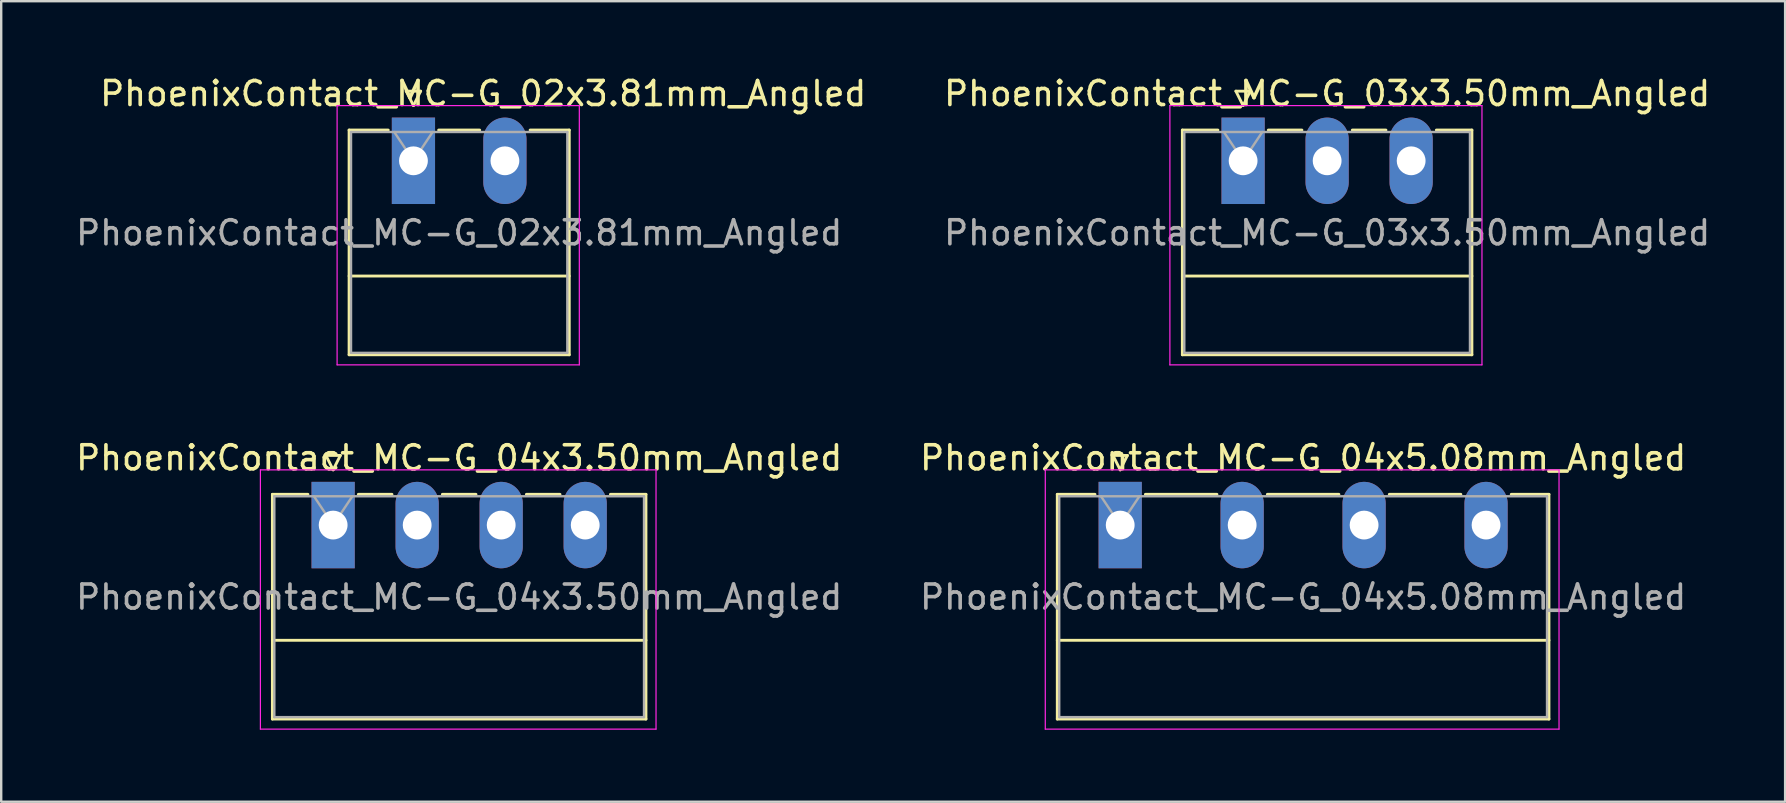
<source format=kicad_pcb>
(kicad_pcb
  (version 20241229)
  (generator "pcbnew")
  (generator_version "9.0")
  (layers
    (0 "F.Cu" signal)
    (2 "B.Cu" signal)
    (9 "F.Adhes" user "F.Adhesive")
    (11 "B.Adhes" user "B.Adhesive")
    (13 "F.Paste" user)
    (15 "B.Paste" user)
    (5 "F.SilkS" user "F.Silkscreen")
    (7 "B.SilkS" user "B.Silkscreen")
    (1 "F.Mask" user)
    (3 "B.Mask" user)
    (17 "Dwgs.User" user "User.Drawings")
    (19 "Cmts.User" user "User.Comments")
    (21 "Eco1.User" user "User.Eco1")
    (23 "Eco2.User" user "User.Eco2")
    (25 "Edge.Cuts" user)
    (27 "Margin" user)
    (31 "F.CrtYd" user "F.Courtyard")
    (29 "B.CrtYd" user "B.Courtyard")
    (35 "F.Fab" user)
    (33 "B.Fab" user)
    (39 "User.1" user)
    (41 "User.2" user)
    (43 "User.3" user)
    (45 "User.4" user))
  (footprint "PhoenixContact_MC-G_02x3.81mm_Angled"
    (layer "F.Cu")
    (at 14.172 3.648)
    (property "Reference" "PhoenixContact_MC-G_02x3.81mm_Angled" (at 2.905 -2.8 0) (layer "F.SilkS") (effects (font (size 1 1) (thickness 0.15))))
    (attr through_hole)
    (fp_line (start -2.68 -1.28) (end -2.68 8.08) (stroke (width 0.12) (type solid)) (layer "F.SilkS"))
    (fp_line (start -2.68 -1.28) (end -1.05 -1.28) (stroke (width 0.12) (type solid)) (layer "F.SilkS"))
    (fp_line (start -2.68 4.8) (end 6.49 4.8) (stroke (width 0.12) (type solid)) (layer "F.SilkS"))
    (fp_line (start -2.68 8.08) (end 6.49 8.08) (stroke (width 0.12) (type solid)) (layer "F.SilkS"))
    (fp_line (start -0.3 -2.9) (end 0.3 -2.9) (stroke (width 0.12) (type solid)) (layer "F.SilkS"))
    (fp_line (start 0 -2.3) (end -0.3 -2.9) (stroke (width 0.12) (type solid)) (layer "F.SilkS"))
    (fp_line (start 0.3 -2.9) (end 0 -2.3) (stroke (width 0.12) (type solid)) (layer "F.SilkS"))
    (fp_line (start 1.05 -1.28) (end 2.76 -1.28) (stroke (width 0.12) (type solid)) (layer "F.SilkS"))
    (fp_line (start 6.49 -1.28) (end 4.86 -1.28) (stroke (width 0.12) (type solid)) (layer "F.SilkS"))
    (fp_line (start 6.49 8.08) (end 6.49 -1.28) (stroke (width 0.12) (type solid)) (layer "F.SilkS"))
    (fp_line (start -3.18 -2.3) (end -3.18 8.5) (stroke (width 0.05) (type solid)) (layer "F.CrtYd"))
    (fp_line (start -3.18 8.5) (end 6.91 8.5) (stroke (width 0.05) (type solid)) (layer "F.CrtYd"))
    (fp_line (start 6.91 -2.3) (end -3.18 -2.3) (stroke (width 0.05) (type solid)) (layer "F.CrtYd"))
    (fp_line (start 6.91 8.5) (end 6.91 -2.3) (stroke (width 0.05) (type solid)) (layer "F.CrtYd"))
    (fp_line (start -2.6 -1.2) (end -2.6 8) (stroke (width 0.1) (type solid)) (layer "F.Fab"))
    (fp_line (start -2.6 8) (end 6.41 8) (stroke (width 0.1) (type solid)) (layer "F.Fab"))
    (fp_line (start 0 0) (end -0.8 -1.2) (stroke (width 0.1) (type solid)) (layer "F.Fab"))
    (fp_line (start 0.8 -1.2) (end 0 0) (stroke (width 0.1) (type solid)) (layer "F.Fab"))
    (fp_line (start 6.41 -1.2) (end -2.6 -1.2) (stroke (width 0.1) (type solid)) (layer "F.Fab"))
    (fp_line (start 6.41 8) (end 6.41 -1.2) (stroke (width 0.1) (type solid)) (layer "F.Fab"))
    (fp_text user "${REFERENCE}" (at 1.905 3 0) (layer "F.Fab") (effects (font (size 1 1) (thickness 0.15))))
    (pad "1" thru_hole rect (at 0 0) (size 1.8 3.6) (drill 1.2) (layers "*.Cu" "*.Mask"))
    (pad "2" thru_hole oval (at 3.81 0) (size 1.8 3.6) (drill 1.2) (layers "*.Cu" "*.Mask")))
  (footprint "PhoenixContact_MC-G_03x3.50mm_Angled"
    (layer "F.Cu")
    (at 48.732 3.648)
    (property "Reference" "PhoenixContact_MC-G_03x3.50mm_Angled" (at 3.5 -2.8 0) (layer "F.SilkS") (effects (font (size 1 1) (thickness 0.15))))
    (attr through_hole)
    (fp_line (start -2.53 -1.28) (end -2.53 8.08) (stroke (width 0.12) (type solid)) (layer "F.SilkS"))
    (fp_line (start -2.53 -1.28) (end -1.05 -1.28) (stroke (width 0.12) (type solid)) (layer "F.SilkS"))
    (fp_line (start -2.53 4.8) (end 9.53 4.8) (stroke (width 0.12) (type solid)) (layer "F.SilkS"))
    (fp_line (start -2.53 8.08) (end 9.53 8.08) (stroke (width 0.12) (type solid)) (layer "F.SilkS"))
    (fp_line (start -0.3 -2.9) (end 0.3 -2.9) (stroke (width 0.12) (type solid)) (layer "F.SilkS"))
    (fp_line (start 0 -2.3) (end -0.3 -2.9) (stroke (width 0.12) (type solid)) (layer "F.SilkS"))
    (fp_line (start 0.3 -2.9) (end 0 -2.3) (stroke (width 0.12) (type solid)) (layer "F.SilkS"))
    (fp_line (start 1.05 -1.28) (end 2.45 -1.28) (stroke (width 0.12) (type solid)) (layer "F.SilkS"))
    (fp_line (start 4.55 -1.28) (end 5.95 -1.28) (stroke (width 0.12) (type solid)) (layer "F.SilkS"))
    (fp_line (start 9.53 -1.28) (end 8.05 -1.28) (stroke (width 0.12) (type solid)) (layer "F.SilkS"))
    (fp_line (start 9.53 8.08) (end 9.53 -1.28) (stroke (width 0.12) (type solid)) (layer "F.SilkS"))
    (fp_line (start -3.05 -2.3) (end -3.05 8.5) (stroke (width 0.05) (type solid)) (layer "F.CrtYd"))
    (fp_line (start -3.05 8.5) (end 9.95 8.5) (stroke (width 0.05) (type solid)) (layer "F.CrtYd"))
    (fp_line (start 9.95 -2.3) (end -3.05 -2.3) (stroke (width 0.05) (type solid)) (layer "F.CrtYd"))
    (fp_line (start 9.95 8.5) (end 9.95 -2.3) (stroke (width 0.05) (type solid)) (layer "F.CrtYd"))
    (fp_line (start -2.45 -1.2) (end -2.45 8) (stroke (width 0.1) (type solid)) (layer "F.Fab"))
    (fp_line (start -2.45 8) (end 9.45 8) (stroke (width 0.1) (type solid)) (layer "F.Fab"))
    (fp_line (start 0 0) (end -0.8 -1.2) (stroke (width 0.1) (type solid)) (layer "F.Fab"))
    (fp_line (start 0.8 -1.2) (end 0 0) (stroke (width 0.1) (type solid)) (layer "F.Fab"))
    (fp_line (start 9.45 -1.2) (end -2.45 -1.2) (stroke (width 0.1) (type solid)) (layer "F.Fab"))
    (fp_line (start 9.45 8) (end 9.45 -1.2) (stroke (width 0.1) (type solid)) (layer "F.Fab"))
    (fp_text user "${REFERENCE}" (at 3.5 3 0) (layer "F.Fab") (effects (font (size 1 1) (thickness 0.15))))
    (pad "1" thru_hole rect (at 0 0) (size 1.8 3.6) (drill 1.2) (layers "*.Cu" "*.Mask"))
    (pad "2" thru_hole oval (at 3.5 0) (size 1.8 3.6) (drill 1.2) (layers "*.Cu" "*.Mask"))
    (pad "3" thru_hole oval (at 7 0) (size 1.8 3.6) (drill 1.2) (layers "*.Cu" "*.Mask")))
  (footprint "PhoenixContact_MC-G_04x3.50mm_Angled"
    (layer "F.Cu")
    (at 10.827 18.822)
    (property "Reference" "PhoenixContact_MC-G_04x3.50mm_Angled" (at 5.25 -2.8 0) (layer "F.SilkS") (effects (font (size 1 1) (thickness 0.15))))
    (attr through_hole)
    (fp_line (start -2.53 -1.28) (end -2.53 8.08) (stroke (width 0.12) (type solid)) (layer "F.SilkS"))
    (fp_line (start -2.53 -1.28) (end -1.05 -1.28) (stroke (width 0.12) (type solid)) (layer "F.SilkS"))
    (fp_line (start -2.53 4.8) (end 13.03 4.8) (stroke (width 0.12) (type solid)) (layer "F.SilkS"))
    (fp_line (start -2.53 8.08) (end 13.03 8.08) (stroke (width 0.12) (type solid)) (layer "F.SilkS"))
    (fp_line (start -0.3 -2.9) (end 0.3 -2.9) (stroke (width 0.12) (type solid)) (layer "F.SilkS"))
    (fp_line (start 0 -2.3) (end -0.3 -2.9) (stroke (width 0.12) (type solid)) (layer "F.SilkS"))
    (fp_line (start 0.3 -2.9) (end 0 -2.3) (stroke (width 0.12) (type solid)) (layer "F.SilkS"))
    (fp_line (start 1.05 -1.28) (end 2.45 -1.28) (stroke (width 0.12) (type solid)) (layer "F.SilkS"))
    (fp_line (start 4.55 -1.28) (end 5.95 -1.28) (stroke (width 0.12) (type solid)) (layer "F.SilkS"))
    (fp_line (start 8.05 -1.28) (end 9.45 -1.28) (stroke (width 0.12) (type solid)) (layer "F.SilkS"))
    (fp_line (start 13.03 -1.28) (end 11.55 -1.28) (stroke (width 0.12) (type solid)) (layer "F.SilkS"))
    (fp_line (start 13.03 8.08) (end 13.03 -1.28) (stroke (width 0.12) (type solid)) (layer "F.SilkS"))
    (fp_line (start -3.03 -2.3) (end -3.03 8.5) (stroke (width 0.05) (type solid)) (layer "F.CrtYd"))
    (fp_line (start -3.03 8.5) (end 13.45 8.5) (stroke (width 0.05) (type solid)) (layer "F.CrtYd"))
    (fp_line (start 13.45 -2.3) (end -3.03 -2.3) (stroke (width 0.05) (type solid)) (layer "F.CrtYd"))
    (fp_line (start 13.45 8.5) (end 13.45 -2.3) (stroke (width 0.05) (type solid)) (layer "F.CrtYd"))
    (fp_line (start -2.45 -1.2) (end -2.45 8) (stroke (width 0.1) (type solid)) (layer "F.Fab"))
    (fp_line (start -2.45 8) (end 12.95 8) (stroke (width 0.1) (type solid)) (layer "F.Fab"))
    (fp_line (start 0 0) (end -0.8 -1.2) (stroke (width 0.1) (type solid)) (layer "F.Fab"))
    (fp_line (start 0.8 -1.2) (end 0 0) (stroke (width 0.1) (type solid)) (layer "F.Fab"))
    (fp_line (start 12.95 -1.2) (end -2.45 -1.2) (stroke (width 0.1) (type solid)) (layer "F.Fab"))
    (fp_line (start 12.95 8) (end 12.95 -1.2) (stroke (width 0.1) (type solid)) (layer "F.Fab"))
    (fp_text user "${REFERENCE}" (at 5.25 3 0) (layer "F.Fab") (effects (font (size 1 1) (thickness 0.15))))
    (pad "1" thru_hole rect (at 0 0) (size 1.8 3.6) (drill 1.2) (layers "*.Cu" "*.Mask"))
    (pad "2" thru_hole oval (at 3.5 0) (size 1.8 3.6) (drill 1.2) (layers "*.Cu" "*.Mask"))
    (pad "3" thru_hole oval (at 7 0) (size 1.8 3.6) (drill 1.2) (layers "*.Cu" "*.Mask"))
    (pad "4" thru_hole oval (at 10.5 0) (size 1.8 3.6) (drill 1.2) (layers "*.Cu" "*.Mask")))
  (footprint "PhoenixContact_MC-G_04x5.08mm_Angled"
    (layer "F.Cu")
    (at 43.612 18.822)
    (property "Reference" "PhoenixContact_MC-G_04x5.08mm_Angled" (at 7.62 -2.8 0) (layer "F.SilkS") (effects (font (size 1 1) (thickness 0.15))))
    (attr through_hole)
    (fp_line (start -2.62 -1.28) (end -2.62 8.08) (stroke (width 0.12) (type solid)) (layer "F.SilkS"))
    (fp_line (start -2.62 -1.28) (end -1.05 -1.28) (stroke (width 0.12) (type solid)) (layer "F.SilkS"))
    (fp_line (start -2.62 4.8) (end 17.86 4.8) (stroke (width 0.12) (type solid)) (layer "F.SilkS"))
    (fp_line (start -2.62 8.08) (end 17.86 8.08) (stroke (width 0.12) (type solid)) (layer "F.SilkS"))
    (fp_line (start -0.3 -2.9) (end 0.3 -2.9) (stroke (width 0.12) (type solid)) (layer "F.SilkS"))
    (fp_line (start 0 -2.3) (end -0.3 -2.9) (stroke (width 0.12) (type solid)) (layer "F.SilkS"))
    (fp_line (start 0.3 -2.9) (end 0 -2.3) (stroke (width 0.12) (type solid)) (layer "F.SilkS"))
    (fp_line (start 1.05 -1.28) (end 4.03 -1.28) (stroke (width 0.12) (type solid)) (layer "F.SilkS"))
    (fp_line (start 6.13 -1.28) (end 9.11 -1.28) (stroke (width 0.12) (type solid)) (layer "F.SilkS"))
    (fp_line (start 11.21 -1.28) (end 14.19 -1.28) (stroke (width 0.12) (type solid)) (layer "F.SilkS"))
    (fp_line (start 17.86 -1.28) (end 16.29 -1.28) (stroke (width 0.12) (type solid)) (layer "F.SilkS"))
    (fp_line (start 17.86 8.08) (end 17.86 -1.28) (stroke (width 0.12) (type solid)) (layer "F.SilkS"))
    (fp_line (start -3.12 -2.3) (end -3.12 8.5) (stroke (width 0.05) (type solid)) (layer "F.CrtYd"))
    (fp_line (start -3.12 8.5) (end 18.28 8.5) (stroke (width 0.05) (type solid)) (layer "F.CrtYd"))
    (fp_line (start 18.28 -2.3) (end -3.12 -2.3) (stroke (width 0.05) (type solid)) (layer "F.CrtYd"))
    (fp_line (start 18.28 8.5) (end 18.28 -2.3) (stroke (width 0.05) (type solid)) (layer "F.CrtYd"))
    (fp_line (start -2.54 -1.2) (end -2.54 8) (stroke (width 0.1) (type solid)) (layer "F.Fab"))
    (fp_line (start -2.54 8) (end 17.78 8) (stroke (width 0.1) (type solid)) (layer "F.Fab"))
    (fp_line (start 0 0) (end -0.8 -1.2) (stroke (width 0.1) (type solid)) (layer "F.Fab"))
    (fp_line (start 0.8 -1.2) (end 0 0) (stroke (width 0.1) (type solid)) (layer "F.Fab"))
    (fp_line (start 17.78 -1.2) (end -2.54 -1.2) (stroke (width 0.1) (type solid)) (layer "F.Fab"))
    (fp_line (start 17.78 8) (end 17.78 -1.2) (stroke (width 0.1) (type solid)) (layer "F.Fab"))
    (fp_text user "${REFERENCE}" (at 7.62 3 0) (layer "F.Fab") (effects (font (size 1 1) (thickness 0.15))))
    (pad "1" thru_hole rect (at 0 0) (size 1.8 3.6) (drill 1.2) (layers "*.Cu" "*.Mask"))
    (pad "2" thru_hole oval (at 5.08 0) (size 1.8 3.6) (drill 1.2) (layers "*.Cu" "*.Mask"))
    (pad "3" thru_hole oval (at 10.16 0) (size 1.8 3.6) (drill 1.2) (layers "*.Cu" "*.Mask"))
    (pad "4" thru_hole oval (at 15.24 0) (size 1.8 3.6) (drill 1.2) (layers "*.Cu" "*.Mask")))
  (gr_rect
    (start -3 -3)
    (end 71.31 30.346)
    (stroke (width 0.1) (type default))
    (fill no)
    (layer "Edge.Cuts")))
</source>
